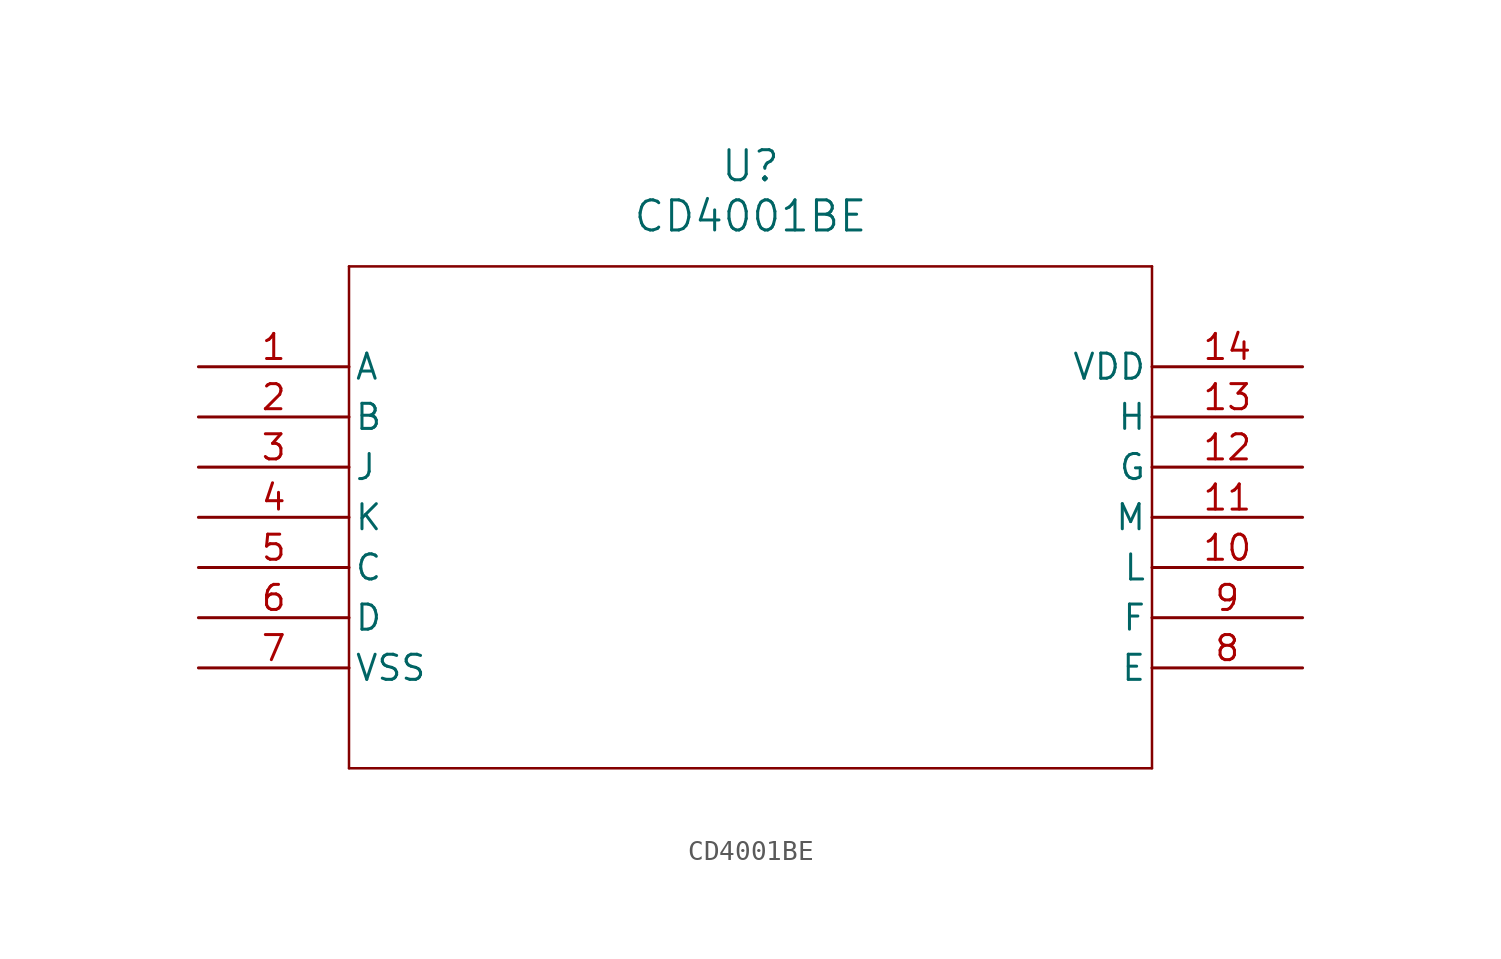
<source format=kicad_sym>
(kicad_symbol_lib
  (version 20211014)
  (generator kicad_symbol_editor)
  (symbol "CD4001BE"
    (pin_names
      (offset 0.254))
    (property "Reference" "U"
      (at 27.94 10.16 0)
      (effects (font (size 1.524 1.524))))
    (property "Value" "CD4001BE"
      (at 27.94 7.62 0)
      (effects (font (size 1.524 1.524))))
    (symbol "CD4001BE_0_1"
      (polyline (pts (xy 7.62 5.08) (xy 7.62 -20.32)) (stroke (width 0.127) (type default) (color 0 0 0 0)) (fill (type none)))
      (polyline (pts (xy 7.62 -20.32) (xy 48.26 -20.32)) (stroke (width 0.127) (type default) (color 0 0 0 0)) (fill (type none)))
      (polyline (pts (xy 48.26 -20.32) (xy 48.26 5.08)) (stroke (width 0.127) (type default) (color 0 0 0 0)) (fill (type none)))
      (polyline (pts (xy 48.26 5.08) (xy 7.62 5.08)) (stroke (width 0.127) (type default) (color 0 0 0 0)) (fill (type none)))
      (pin unspecified line (at 0 0 0) (length 7.62) (name "A" (effects (font (size 1.27 1.27)))) (number "1" (effects (font (size 1.27 1.27)))))
      (pin unspecified line (at 0 -2.54 0) (length 7.62) (name "B" (effects (font (size 1.27 1.27)))) (number "2" (effects (font (size 1.27 1.27)))))
      (pin unspecified line (at 0 -5.08 0) (length 7.62) (name "J" (effects (font (size 1.27 1.27)))) (number "3" (effects (font (size 1.27 1.27)))))
      (pin unspecified line (at 0 -7.62 0) (length 7.62) (name "K" (effects (font (size 1.27 1.27)))) (number "4" (effects (font (size 1.27 1.27)))))
      (pin unspecified line (at 0 -10.16 0) (length 7.62) (name "C" (effects (font (size 1.27 1.27)))) (number "5" (effects (font (size 1.27 1.27)))))
      (pin unspecified line (at 0 -12.7 0) (length 7.62) (name "D" (effects (font (size 1.27 1.27)))) (number "6" (effects (font (size 1.27 1.27)))))
      (pin power_in line (at 0 -15.24 0) (length 7.62) (name "VSS" (effects (font (size 1.27 1.27)))) (number "7" (effects (font (size 1.27 1.27)))))
      (pin unspecified line (at 55.88 -15.24 180) (length 7.62) (name "E" (effects (font (size 1.27 1.27)))) (number "8" (effects (font (size 1.27 1.27)))))
      (pin unspecified line (at 55.88 -12.7 180) (length 7.62) (name "F" (effects (font (size 1.27 1.27)))) (number "9" (effects (font (size 1.27 1.27)))))
      (pin unspecified line (at 55.88 -10.16 180) (length 7.62) (name "L" (effects (font (size 1.27 1.27)))) (number "10" (effects (font (size 1.27 1.27)))))
      (pin unspecified line (at 55.88 -7.62 180) (length 7.62) (name "M" (effects (font (size 1.27 1.27)))) (number "11" (effects (font (size 1.27 1.27)))))
      (pin unspecified line (at 55.88 -5.08 180) (length 7.62) (name "G" (effects (font (size 1.27 1.27)))) (number "12" (effects (font (size 1.27 1.27)))))
      (pin unspecified line (at 55.88 -2.54 180) (length 7.62) (name "H" (effects (font (size 1.27 1.27)))) (number "13" (effects (font (size 1.27 1.27)))))
      (pin power_in line (at 55.88 0 180) (length 7.62) (name "VDD" (effects (font (size 1.27 1.27)))) (number "14" (effects (font (size 1.27 1.27))))))))
</source>
